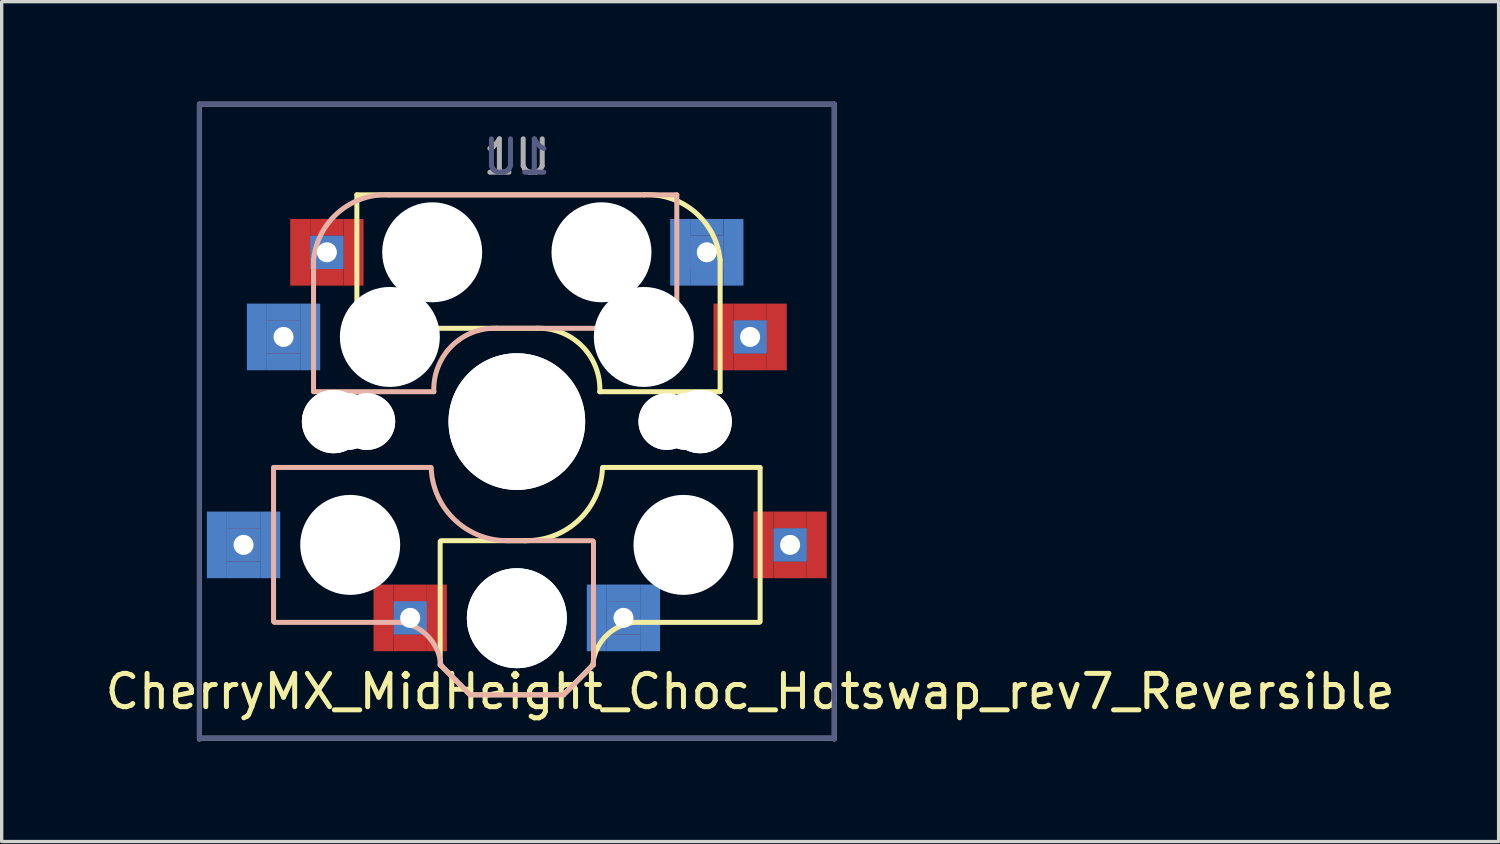
<source format=kicad_pcb>
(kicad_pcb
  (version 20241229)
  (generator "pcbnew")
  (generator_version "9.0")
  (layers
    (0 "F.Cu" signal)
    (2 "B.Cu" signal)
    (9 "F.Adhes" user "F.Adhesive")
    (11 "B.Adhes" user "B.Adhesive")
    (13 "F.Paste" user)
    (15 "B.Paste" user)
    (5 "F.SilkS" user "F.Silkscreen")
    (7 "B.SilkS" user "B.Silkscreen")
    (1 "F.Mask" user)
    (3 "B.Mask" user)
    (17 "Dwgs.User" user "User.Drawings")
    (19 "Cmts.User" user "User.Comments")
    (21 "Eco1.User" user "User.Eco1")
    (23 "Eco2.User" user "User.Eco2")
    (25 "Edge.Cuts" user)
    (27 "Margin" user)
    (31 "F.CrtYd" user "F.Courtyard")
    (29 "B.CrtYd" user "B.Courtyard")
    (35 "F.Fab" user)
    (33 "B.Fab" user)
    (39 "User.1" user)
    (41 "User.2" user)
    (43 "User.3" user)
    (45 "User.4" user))
  (footprint "CherryMX_MidHeight_Choc_Hotswap_rev7_Reversible"
    (layer "F.Cu")
    (at 12.458 9.6)
    (property "Reference" "CherryMX_MidHeight_Choc_Hotswap_rev7_Reversible" (at 7 8.1 0) (layer "F.SilkS") (effects (font (size 1 1) (thickness 0.15))))
    (fp_line (start -4.8 -6.804) (end 3.825 -6.804) (stroke (width 0.15) (type solid)) (layer "F.SilkS"))
    (fp_line (start -4.8 -2.8) (end -4.8 -6.804) (stroke (width 0.15) (type solid)) (layer "F.SilkS"))
    (fp_line (start -4.8 -2.8) (end 0.6 -2.8) (stroke (width 0.15) (type solid)) (layer "F.SilkS"))
    (fp_line (start -2.3 3.6) (end -2.3 7.3) (stroke (width 0.15) (type solid)) (layer "F.SilkS"))
    (fp_line (start -2.3 7.3) (end -1.4 8.2) (stroke (width 0.15) (type solid)) (layer "F.SilkS"))
    (fp_line (start -2.275 3.575) (end 0.275 3.575) (stroke (width 0.15) (type solid)) (layer "F.SilkS"))
    (fp_line (start -1.4 8.2) (end 1.4 8.2) (stroke (width 0.15) (type solid)) (layer "F.SilkS"))
    (fp_line (start 2.28 7.3) (end 1.4 8.2) (stroke (width 0.15) (type solid)) (layer "F.SilkS"))
    (fp_line (start 2.575 1.375) (end 7.3 1.375) (stroke (width 0.15) (type solid)) (layer "F.SilkS"))
    (fp_line (start 3.5 6.025) (end 7.275 6.025) (stroke (width 0.15) (type solid)) (layer "F.SilkS"))
    (fp_line (start 6.1 -4.85) (end 6.1 -0.905) (stroke (width 0.15) (type solid)) (layer "F.SilkS"))
    (fp_line (start 6.1 -0.896) (end 2.49 -0.896) (stroke (width 0.15) (type solid)) (layer "F.SilkS"))
    (fp_line (start 7.3 1.4) (end 7.3 6) (stroke (width 0.15) (type solid)) (layer "F.SilkS"))
    (fp_arc (start 0.6 -2.8) (mid 1.960305 -2.260251) (end 2.49 -0.896) (stroke (width 0.15) (type solid)) (layer "F.SilkS"))
    (fp_arc (start 2.28 7.3) (mid 2.663746 6.446006) (end 3.5 6.025) (stroke (width 0.15) (type solid)) (layer "F.SilkS"))
    (fp_arc (start 2.57 1.4) (mid 1.834422 2.975843) (end 0.2 3.57) (stroke (width 0.15) (type solid)) (layer "F.SilkS"))
    (fp_arc (start 3.825 -6.804) (mid 5.35181 -6.280266) (end 6.1 -4.85) (stroke (width 0.15) (type solid)) (layer "F.SilkS"))
    (fp_line (start -7.3 1.4) (end -7.3 6) (stroke (width 0.15) (type solid)) (layer "B.SilkS"))
    (fp_line (start -6.1 -4.85) (end -6.1 -0.905) (stroke (width 0.15) (type solid)) (layer "B.SilkS"))
    (fp_line (start -6.1 -0.896) (end -2.49 -0.896) (stroke (width 0.15) (type solid)) (layer "B.SilkS"))
    (fp_line (start -3.5 6.025) (end -7.275 6.025) (stroke (width 0.15) (type solid)) (layer "B.SilkS"))
    (fp_line (start -2.575 1.375) (end -7.3 1.375) (stroke (width 0.15) (type solid)) (layer "B.SilkS"))
    (fp_line (start -2.28 7.3) (end -1.4 8.2) (stroke (width 0.15) (type solid)) (layer "B.SilkS"))
    (fp_line (start 1.4 8.2) (end -1.4 8.2) (stroke (width 0.15) (type solid)) (layer "B.SilkS"))
    (fp_line (start 2.275 3.575) (end -0.275 3.575) (stroke (width 0.15) (type solid)) (layer "B.SilkS"))
    (fp_line (start 2.3 3.6) (end 2.3 7.3) (stroke (width 0.15) (type solid)) (layer "B.SilkS"))
    (fp_line (start 2.3 7.3) (end 1.4 8.2) (stroke (width 0.15) (type solid)) (layer "B.SilkS"))
    (fp_line (start 4.8 -6.804) (end -3.825 -6.804) (stroke (width 0.15) (type solid)) (layer "B.SilkS"))
    (fp_line (start 4.8 -2.8) (end -0.6 -2.8) (stroke (width 0.15) (type solid)) (layer "B.SilkS"))
    (fp_line (start 4.8 -2.8) (end 4.8 -6.804) (stroke (width 0.15) (type solid)) (layer "B.SilkS"))
    (fp_arc (start -6.1 -4.85) (mid -5.35181 -6.280266) (end -3.825 -6.804) (stroke (width 0.15) (type solid)) (layer "B.SilkS"))
    (fp_arc (start -3.5 6.025) (mid -2.663746 6.446006) (end -2.28 7.3) (stroke (width 0.15) (type solid)) (layer "B.SilkS"))
    (fp_arc (start -2.49 -0.896) (mid -1.960305 -2.260251) (end -0.6 -2.8) (stroke (width 0.15) (type solid)) (layer "B.SilkS"))
    (fp_arc (start -0.2 3.57) (mid -1.834422 2.975843) (end -2.57 1.4) (stroke (width 0.15) (type solid)) (layer "B.SilkS"))
    (fp_line (start -9.525 -9.525) (end -9.525 9.525) (stroke (width 0.15) (type solid)) (layer "B.Fab"))
    (fp_line (start -9.5 9.5) (end 9.5 9.5) (stroke (width 0.15) (type solid)) (layer "B.Fab"))
    (fp_line (start 9.525 -9.525) (end -9.525 -9.525) (stroke (width 0.15) (type solid)) (layer "B.Fab"))
    (fp_line (start 9.525 9.525) (end 9.525 -9.525) (stroke (width 0.15) (type solid)) (layer "B.Fab"))
    (fp_line (start -9.525 -9.525) (end 9.525 -9.525) (stroke (width 0.15) (type solid)) (layer "F.Fab"))
    (fp_line (start -9.525 9.525) (end -9.525 -9.525) (stroke (width 0.15) (type solid)) (layer "F.Fab"))
    (fp_line (start 9.5 9.5) (end -9.5 9.5) (stroke (width 0.15) (type solid)) (layer "F.Fab"))
    (fp_line (start 9.525 -9.525) (end 9.525 9.525) (stroke (width 0.15) (type solid)) (layer "F.Fab"))
    (fp_text user "1U" (at 0 -7.938 0) (layer "B.Fab") (effects (font (size 1 1) (thickness 0.15)) (justify mirror)))
    (fp_text user "1U" (at 0 -7.938 0) (layer "F.Fab") (effects (font (size 1 1) (thickness 0.15))))
    (pad "" np_thru_hole circle (at -5.5 0 90) (size 1.9 1.9) (drill 1.9) (layers "*.Cu" "*.Mask"))
    (pad "" np_thru_hole circle (at -5.5 0 270) (size 1.9 1.9) (drill 1.9) (layers "*.Cu" "*.Mask"))
    (pad "" np_thru_hole circle (at -5.08 0) (size 1.7 1.7) (drill 1.7) (layers "*.Cu" "*.Mask"))
    (pad "" np_thru_hole circle (at -5.08 0) (size 1.7 1.7) (drill 1.7) (layers "*.Cu" "*.Mask"))
    (pad "" np_thru_hole circle (at -5 3.7 90) (size 3 3) (drill 3) (layers "*.Cu" "*.Mask"))
    (pad "" np_thru_hole circle (at -4.5 0) (size 1.7 1.7) (drill 1.7) (layers "*.Cu" "*.Mask"))
    (pad "" np_thru_hole circle (at -4.5 0) (size 1.7 1.7) (drill 1.7) (layers "*.Cu" "*.Mask"))
    (pad "" np_thru_hole circle (at -3.81 -2.54 180) (size 3 3) (drill 3) (layers "*.Cu" "*.Mask"))
    (pad "" np_thru_hole circle (at -2.54 -5.08 180) (size 3 3) (drill 3) (layers "*.Cu" "*.Mask"))
    (pad "" np_thru_hole circle (at 0 0 270) (size 4.1 4.1) (drill 4.1) (layers "*.Cu" "*.Mask"))
    (pad "" np_thru_hole circle (at 0 0 90) (size 4.1 4.1) (drill 4.1) (layers "*.Cu" "*.Mask"))
    (pad "" np_thru_hole circle (at 0 5.9 270) (size 3 3) (drill 3) (layers "*.Cu" "*.Mask"))
    (pad "" np_thru_hole circle (at 0 5.9 90) (size 3 3) (drill 3) (layers "*.Cu" "*.Mask"))
    (pad "" np_thru_hole circle (at 2.54 -5.08 180) (size 3 3) (drill 3) (layers "*.Cu" "*.Mask"))
    (pad "" np_thru_hole circle (at 3.81 -2.54 180) (size 3 3) (drill 3) (layers "*.Cu" "*.Mask"))
    (pad "" np_thru_hole circle (at 4.5 0) (size 1.7 1.7) (drill 1.7) (layers "*.Cu" "*.Mask"))
    (pad "" np_thru_hole circle (at 4.5 0) (size 1.7 1.7) (drill 1.7) (layers "*.Cu" "*.Mask"))
    (pad "" np_thru_hole circle (at 5 3.7 270) (size 3 3) (drill 3) (layers "*.Cu" "*.Mask"))
    (pad "" np_thru_hole circle (at 5.08 0) (size 1.7 1.7) (drill 1.7) (layers "*.Cu" "*.Mask"))
    (pad "" np_thru_hole circle (at 5.08 0) (size 1.7 1.7) (drill 1.7) (layers "*.Cu" "*.Mask"))
    (pad "" np_thru_hole circle (at 5.5 0 270) (size 1.9 1.9) (drill 1.9) (layers "*.Cu" "*.Mask"))
    (pad "" np_thru_hole circle (at 5.5 0 90) (size 1.9 1.9) (drill 1.9) (layers "*.Cu" "*.Mask"))
    (pad "1" smd rect (at -9 3.7 180) (size 0.6 2) (layers "B.Cu" "B.Mask" "B.Paste"))
    (pad "1" smd rect (at -8.2 2.95 180) (size 1 0.5) (layers "B.Cu" "B.Mask" "B.Paste"))
    (pad "1" thru_hole rect (at -8.2 3.7) (size 1 1) (drill 0.6) (layers "*.Cu" "B.Mask"))
    (pad "1" smd rect (at -8.2 4.45 180) (size 1 0.5) (layers "B.Cu" "B.Mask" "B.Paste"))
    (pad "1" smd rect (at -7.8 -2.54 180) (size 0.6 2) (layers "B.Cu" "B.Mask" "B.Paste"))
    (pad "1" smd rect (at -7.4 3.7 180) (size 0.6 2) (layers "B.Cu" "B.Mask" "B.Paste"))
    (pad "1" smd rect (at -7 -3.29 180) (size 1 0.5) (layers "B.Cu" "B.Mask" "B.Paste"))
    (pad "1" thru_hole rect (at -7 -2.54) (size 1 1) (drill 0.6) (layers "*.Cu" "B.Mask"))
    (pad "1" smd rect (at -7 -1.79 180) (size 1 0.5) (layers "B.Cu" "B.Mask" "B.Paste"))
    (pad "1" smd rect (at -6.2 -2.54 180) (size 0.6 2) (layers "B.Cu" "B.Mask" "B.Paste"))
    (pad "1" smd rect (at 6.2 -2.54 180) (size 0.6 2) (layers "F.Cu" "F.Mask" "F.Paste"))
    (pad "1" smd rect (at 7 -3.29 180) (size 1 0.5) (layers "F.Cu" "F.Mask" "F.Paste"))
    (pad "1" thru_hole rect (at 7 -2.54) (size 1 1) (drill 0.6) (layers "*.Cu" "F.Mask"))
    (pad "1" smd rect (at 7 -1.79 180) (size 1 0.5) (layers "F.Cu" "F.Mask" "F.Paste"))
    (pad "1" smd rect (at 7.4 3.7 180) (size 0.6 2) (layers "F.Cu" "F.Mask" "F.Paste"))
    (pad "1" smd rect (at 7.8 -2.54 180) (size 0.6 2) (layers "F.Cu" "F.Mask" "F.Paste"))
    (pad "1" smd rect (at 8.2 2.95 180) (size 1 0.5) (layers "F.Cu" "F.Mask" "F.Paste"))
    (pad "1" thru_hole rect (at 8.2 3.7) (size 1 1) (drill 0.6) (layers "*.Cu" "F.Mask"))
    (pad "1" smd rect (at 8.2 4.45 180) (size 1 0.5) (layers "F.Cu" "F.Mask" "F.Paste"))
    (pad "1" smd rect (at 9 3.7 180) (size 0.6 2) (layers "F.Cu" "F.Mask" "F.Paste"))
    (pad "2" smd rect (at -6.5 -5.08 180) (size 0.6 2) (layers "F.Cu" "F.Mask" "F.Paste"))
    (pad "2" smd rect (at -5.7 -5.83 180) (size 1 0.5) (layers "F.Cu" "F.Mask" "F.Paste"))
    (pad "2" thru_hole rect (at -5.7 -5.08) (size 1 1) (drill 0.6) (layers "*.Cu" "F.Mask"))
    (pad "2" smd rect (at -5.7 -4.33 180) (size 1 0.5) (layers "F.Cu" "F.Mask" "F.Paste"))
    (pad "2" smd rect (at -4.9 -5.08 180) (size 0.6 2) (layers "F.Cu" "F.Mask" "F.Paste"))
    (pad "2" smd rect (at -4 5.89 180) (size 0.6 2) (layers "F.Cu" "F.Mask" "F.Paste"))
    (pad "2" smd rect (at -3.2 5.14 180) (size 1 0.5) (layers "F.Cu" "F.Mask" "F.Paste"))
    (pad "2" thru_hole rect (at -3.2 5.89) (size 1 1) (drill 0.6) (layers "*.Cu" "F.Mask"))
    (pad "2" smd rect (at -3.2 6.64 180) (size 1 0.5) (layers "F.Cu" "F.Mask" "F.Paste"))
    (pad "2" smd rect (at -2.4 5.89 180) (size 0.6 2) (layers "F.Cu" "F.Mask" "F.Paste"))
    (pad "2" smd rect (at 2.4 5.89 180) (size 0.6 2) (layers "B.Cu" "B.Mask" "B.Paste"))
    (pad "2" smd rect (at 3.2 5.14 180) (size 1 0.5) (layers "B.Cu" "B.Mask" "B.Paste"))
    (pad "2" thru_hole rect (at 3.2 5.89) (size 1 1) (drill 0.6) (layers "*.Cu" "B.Mask"))
    (pad "2" smd rect (at 3.2 6.64 180) (size 1 0.5) (layers "B.Cu" "B.Mask" "B.Paste"))
    (pad "2" smd rect (at 4 5.89 180) (size 0.6 2) (layers "B.Cu" "B.Mask" "B.Paste"))
    (pad "2" smd rect (at 4.9 -5.08 180) (size 0.6 2) (layers "B.Cu" "B.Mask" "B.Paste"))
    (pad "2" smd rect (at 5.7 -5.83 180) (size 1 0.5) (layers "B.Cu" "B.Mask" "B.Paste"))
    (pad "2" thru_hole rect (at 5.7 -5.08) (size 1 1) (drill 0.6) (layers "*.Cu" "B.Mask"))
    (pad "2" smd rect (at 5.7 -4.33 180) (size 1 0.5) (layers "B.Cu" "B.Mask" "B.Paste"))
    (pad "2" smd rect (at 6.5 -5.08 180) (size 0.6 2) (layers "B.Cu" "B.Mask" "B.Paste")))
  (gr_rect
    (start -3 -3)
    (end 41.917 22.2)
    (stroke (width 0.1) (type default))
    (fill no)
    (layer "Edge.Cuts")))
</source>
